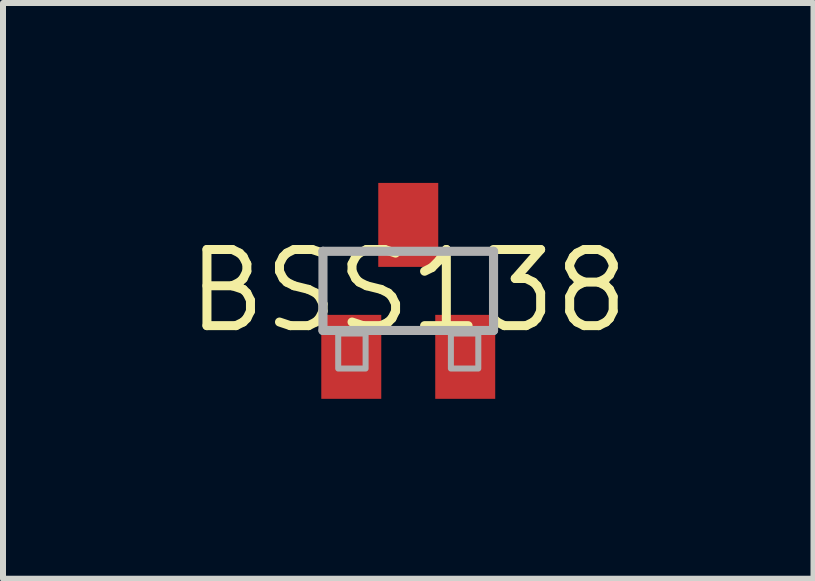
<source format=kicad_pcb>
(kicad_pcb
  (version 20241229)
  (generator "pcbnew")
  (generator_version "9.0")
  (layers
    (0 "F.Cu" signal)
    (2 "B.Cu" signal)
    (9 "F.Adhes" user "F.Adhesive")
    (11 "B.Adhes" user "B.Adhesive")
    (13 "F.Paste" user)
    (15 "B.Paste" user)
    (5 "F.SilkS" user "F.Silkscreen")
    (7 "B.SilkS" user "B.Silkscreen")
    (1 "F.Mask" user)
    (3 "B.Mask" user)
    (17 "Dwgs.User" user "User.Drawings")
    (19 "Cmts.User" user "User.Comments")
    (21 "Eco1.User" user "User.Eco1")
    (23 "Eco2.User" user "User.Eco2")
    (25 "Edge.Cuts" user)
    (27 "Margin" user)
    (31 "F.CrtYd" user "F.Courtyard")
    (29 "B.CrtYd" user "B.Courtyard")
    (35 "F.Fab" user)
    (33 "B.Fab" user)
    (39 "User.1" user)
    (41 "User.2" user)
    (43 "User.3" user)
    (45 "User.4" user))
  (footprint "BSS138"
    (layer "F.Cu")
    (at 3.757 1.8)
    (property "Reference" "BSS138" (at 0 0 0) (layer "F.SilkS") (effects (font (size 1.27 1.27) (thickness 0.15))))
    (fp_line (start -1.422 -0.66) (end 1.422 -0.66) (stroke (width 0.152) (type solid)) (layer "F.Fab"))
    (fp_line (start -1.422 0.66) (end -1.422 -0.66) (stroke (width 0.152) (type solid)) (layer "F.Fab"))
    (fp_line (start 1.422 -0.66) (end 1.422 0.66) (stroke (width 0.152) (type solid)) (layer "F.Fab"))
    (fp_line (start 1.422 0.66) (end -1.422 0.66) (stroke (width 0.152) (type solid)) (layer "F.Fab"))
    (fp_poly (pts (xy -1.168 1.295) (xy -0.711 1.295) (xy -0.711 0.711) (xy -1.168 0.711)) (stroke (width 0.1) (type default)) (fill no) (layer "F.Fab"))
    (fp_poly (pts (xy 0.711 1.295) (xy 1.168 1.295) (xy 1.168 0.711) (xy 0.711 0.711)) (stroke (width 0.1) (type default)) (fill no) (layer "F.Fab"))
    (pad "D" smd rect (at 0 -1.1) (size 1 1.4) (layers "F.Cu" "F.Mask" "F.Paste"))
    (pad "G" smd rect (at -0.95 1.1) (size 1 1.4) (layers "F.Cu" "F.Mask" "F.Paste"))
    (pad "S" smd rect (at 0.95 1.1) (size 1 1.4) (layers "F.Cu" "F.Mask" "F.Paste")))
  (gr_rect
    (start -3 -3)
    (end 10.514 6.6)
    (stroke (width 0.1) (type default))
    (fill no)
    (layer "Edge.Cuts")))
</source>
